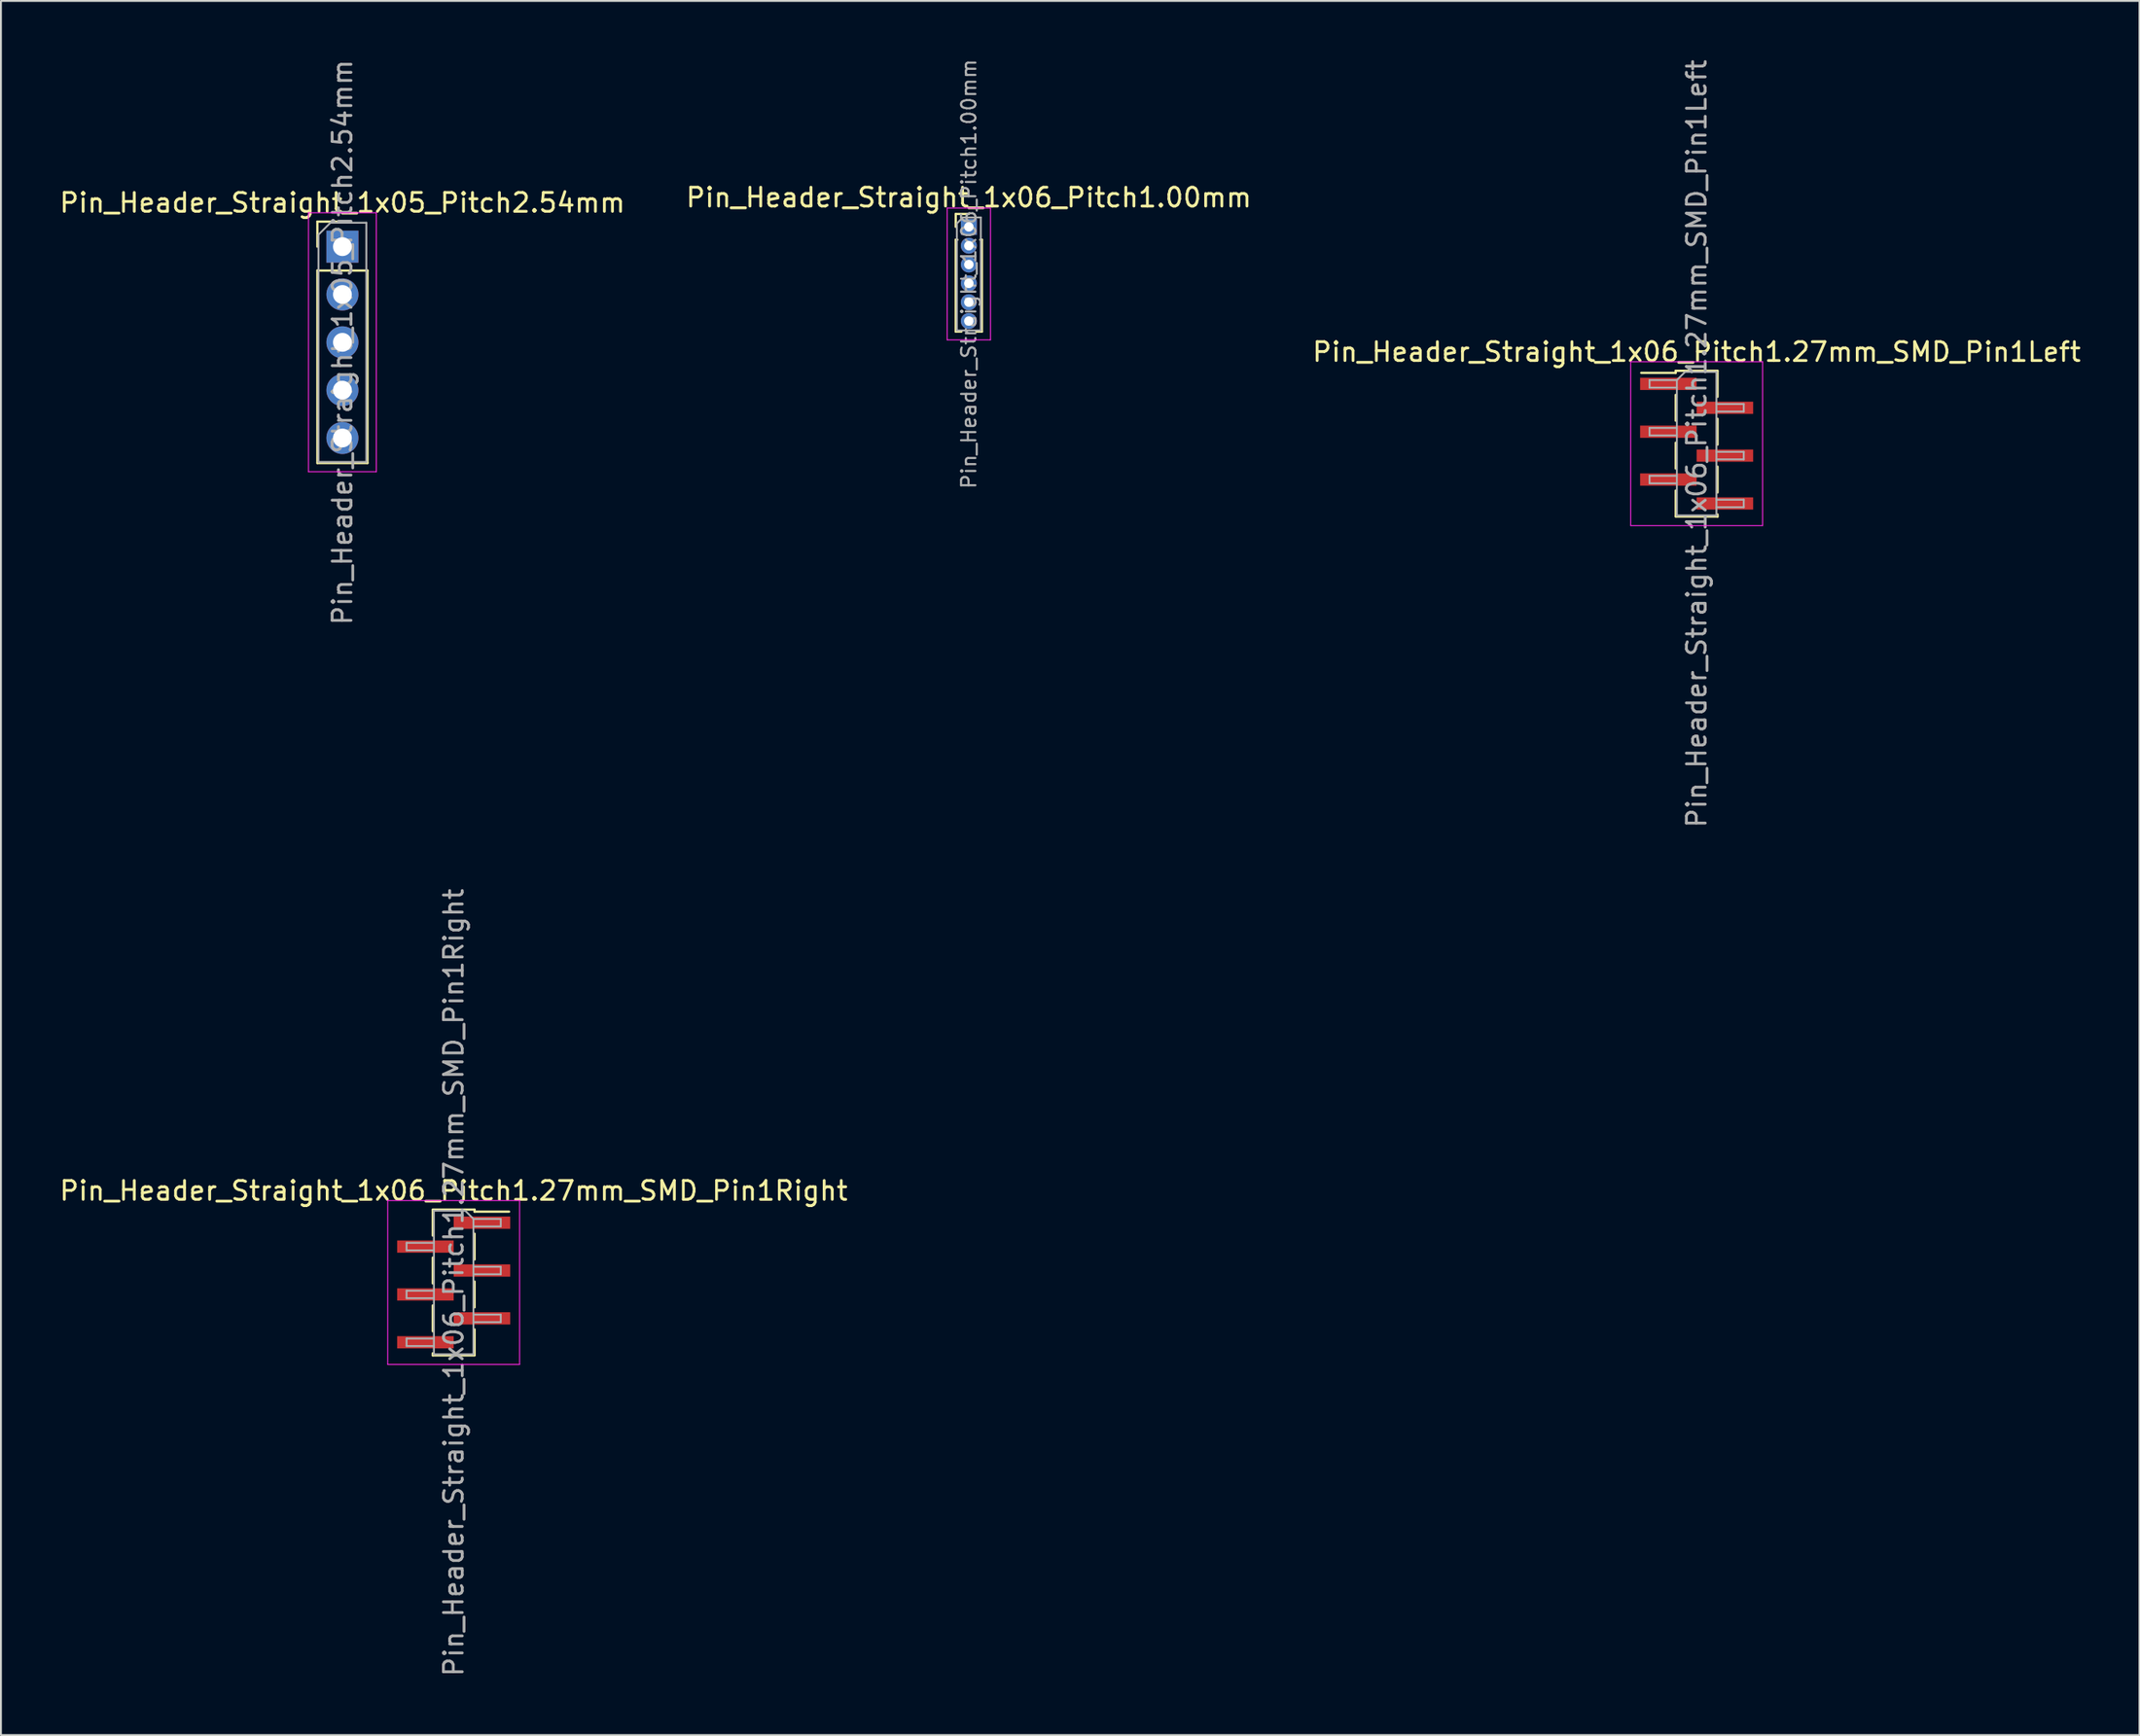
<source format=kicad_pcb>
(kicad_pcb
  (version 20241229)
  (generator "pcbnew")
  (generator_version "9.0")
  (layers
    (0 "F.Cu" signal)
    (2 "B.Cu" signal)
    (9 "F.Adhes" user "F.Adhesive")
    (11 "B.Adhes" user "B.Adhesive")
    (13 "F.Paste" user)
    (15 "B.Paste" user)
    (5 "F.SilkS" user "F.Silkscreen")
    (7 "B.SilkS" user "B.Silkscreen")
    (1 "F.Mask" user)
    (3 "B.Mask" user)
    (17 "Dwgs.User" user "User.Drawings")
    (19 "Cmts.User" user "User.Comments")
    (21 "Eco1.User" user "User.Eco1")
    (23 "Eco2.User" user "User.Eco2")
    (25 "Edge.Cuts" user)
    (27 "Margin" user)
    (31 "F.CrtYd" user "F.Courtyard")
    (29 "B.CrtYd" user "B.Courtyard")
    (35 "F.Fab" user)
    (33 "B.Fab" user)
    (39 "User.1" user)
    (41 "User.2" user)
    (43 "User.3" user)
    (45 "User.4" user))
  (footprint "Pin_Header_Straight_1x06_Pitch1.00mm"
    (layer "F.Cu")
    (at 48.375 8.995)
    (property "Reference" "Pin_Header_Straight_1x06_Pitch1.00mm" (at 0 -1.56 0) (layer "F.SilkS") (effects (font (size 1 1) (thickness 0.15))))
    (attr through_hole)
    (fp_line (start -0.695 -0.685) (end 0 -0.685) (stroke (width 0.12) (type solid)) (layer "F.SilkS"))
    (fp_line (start -0.695 0) (end -0.695 -0.685) (stroke (width 0.12) (type solid)) (layer "F.SilkS"))
    (fp_line (start -0.695 0.685) (end -0.695 5.56) (stroke (width 0.12) (type solid)) (layer "F.SilkS"))
    (fp_line (start -0.695 0.685) (end -0.608 0.685) (stroke (width 0.12) (type solid)) (layer "F.SilkS"))
    (fp_line (start -0.695 5.56) (end -0.394 5.56) (stroke (width 0.12) (type solid)) (layer "F.SilkS"))
    (fp_line (start 0.394 5.56) (end 0.695 5.56) (stroke (width 0.12) (type solid)) (layer "F.SilkS"))
    (fp_line (start 0.608 0.685) (end 0.695 0.685) (stroke (width 0.12) (type solid)) (layer "F.SilkS"))
    (fp_line (start 0.695 0.685) (end 0.695 5.56) (stroke (width 0.12) (type solid)) (layer "F.SilkS"))
    (fp_line (start -1.15 -1) (end -1.15 6) (stroke (width 0.05) (type solid)) (layer "F.CrtYd"))
    (fp_line (start -1.15 6) (end 1.15 6) (stroke (width 0.05) (type solid)) (layer "F.CrtYd"))
    (fp_line (start 1.15 -1) (end -1.15 -1) (stroke (width 0.05) (type solid)) (layer "F.CrtYd"))
    (fp_line (start 1.15 6) (end 1.15 -1) (stroke (width 0.05) (type solid)) (layer "F.CrtYd"))
    (fp_line (start -0.635 -0.182) (end -0.318 -0.5) (stroke (width 0.1) (type solid)) (layer "F.Fab"))
    (fp_line (start -0.635 5.5) (end -0.635 -0.182) (stroke (width 0.1) (type solid)) (layer "F.Fab"))
    (fp_line (start -0.318 -0.5) (end 0.635 -0.5) (stroke (width 0.1) (type solid)) (layer "F.Fab"))
    (fp_line (start 0.635 -0.5) (end 0.635 5.5) (stroke (width 0.1) (type solid)) (layer "F.Fab"))
    (fp_line (start 0.635 5.5) (end -0.635 5.5) (stroke (width 0.1) (type solid)) (layer "F.Fab"))
    (fp_text user "${REFERENCE}" (at 0 2.5 90) (layer "F.Fab") (effects (font (size 0.76 0.76) (thickness 0.114))))
    (pad "1" thru_hole rect (at 0 0) (size 0.85 0.85) (drill 0.5) (layers "*.Cu" "*.Mask"))
    (pad "2" thru_hole oval (at 0 1) (size 0.85 0.85) (drill 0.5) (layers "*.Cu" "*.Mask"))
    (pad "3" thru_hole oval (at 0 2) (size 0.85 0.85) (drill 0.5) (layers "*.Cu" "*.Mask"))
    (pad "4" thru_hole oval (at 0 3) (size 0.85 0.85) (drill 0.5) (layers "*.Cu" "*.Mask"))
    (pad "5" thru_hole oval (at 0 4) (size 0.85 0.85) (drill 0.5) (layers "*.Cu" "*.Mask"))
    (pad "6" thru_hole oval (at 0 5) (size 0.85 0.85) (drill 0.5) (layers "*.Cu" "*.Mask")))
  (footprint "Pin_Header_Straight_1x05_Pitch2.54mm"
    (layer "F.Cu")
    (at 15.125 10.045)
    (property "Reference" "Pin_Header_Straight_1x05_Pitch2.54mm" (at 0 -2.33 0) (layer "F.SilkS") (effects (font (size 1 1) (thickness 0.15))))
    (attr through_hole)
    (fp_line (start -1.33 -1.33) (end 0 -1.33) (stroke (width 0.12) (type solid)) (layer "F.SilkS"))
    (fp_line (start -1.33 0) (end -1.33 -1.33) (stroke (width 0.12) (type solid)) (layer "F.SilkS"))
    (fp_line (start -1.33 1.27) (end -1.33 11.49) (stroke (width 0.12) (type solid)) (layer "F.SilkS"))
    (fp_line (start -1.33 1.27) (end 1.33 1.27) (stroke (width 0.12) (type solid)) (layer "F.SilkS"))
    (fp_line (start -1.33 11.49) (end 1.33 11.49) (stroke (width 0.12) (type solid)) (layer "F.SilkS"))
    (fp_line (start 1.33 1.27) (end 1.33 11.49) (stroke (width 0.12) (type solid)) (layer "F.SilkS"))
    (fp_line (start -1.8 -1.8) (end -1.8 11.95) (stroke (width 0.05) (type solid)) (layer "F.CrtYd"))
    (fp_line (start -1.8 11.95) (end 1.8 11.95) (stroke (width 0.05) (type solid)) (layer "F.CrtYd"))
    (fp_line (start 1.8 -1.8) (end -1.8 -1.8) (stroke (width 0.05) (type solid)) (layer "F.CrtYd"))
    (fp_line (start 1.8 11.95) (end 1.8 -1.8) (stroke (width 0.05) (type solid)) (layer "F.CrtYd"))
    (fp_line (start -1.27 -0.635) (end -0.635 -1.27) (stroke (width 0.1) (type solid)) (layer "F.Fab"))
    (fp_line (start -1.27 11.43) (end -1.27 -0.635) (stroke (width 0.1) (type solid)) (layer "F.Fab"))
    (fp_line (start -0.635 -1.27) (end 1.27 -1.27) (stroke (width 0.1) (type solid)) (layer "F.Fab"))
    (fp_line (start 1.27 -1.27) (end 1.27 11.43) (stroke (width 0.1) (type solid)) (layer "F.Fab"))
    (fp_line (start 1.27 11.43) (end -1.27 11.43) (stroke (width 0.1) (type solid)) (layer "F.Fab"))
    (fp_text user "${REFERENCE}" (at 0 5.08 90) (layer "F.Fab") (effects (font (size 1 1) (thickness 0.15))))
    (pad "1" thru_hole rect (at 0 0) (size 1.7 1.7) (drill 1) (layers "*.Cu" "*.Mask"))
    (pad "2" thru_hole oval (at 0 2.54) (size 1.7 1.7) (drill 1) (layers "*.Cu" "*.Mask"))
    (pad "3" thru_hole oval (at 0 5.08) (size 1.7 1.7) (drill 1) (layers "*.Cu" "*.Mask"))
    (pad "4" thru_hole oval (at 0 7.62) (size 1.7 1.7) (drill 1) (layers "*.Cu" "*.Mask"))
    (pad "5" thru_hole oval (at 0 10.16) (size 1.7 1.7) (drill 1) (layers "*.Cu" "*.Mask")))
  (footprint "Pin_Header_Straight_1x06_Pitch1.27mm_SMD_Pin1Right"
    (layer "F.Cu")
    (at 21.03 65.042)
    (property "Reference" "Pin_Header_Straight_1x06_Pitch1.27mm_SMD_Pin1Right" (at 0 -4.87 0) (layer "F.SilkS") (effects (font (size 1 1) (thickness 0.15))))
    (attr smd)
    (fp_line (start -1.11 -3.87) (end 1.11 -3.87) (stroke (width 0.12) (type solid)) (layer "F.SilkS"))
    (fp_line (start -1.11 -3.86) (end -1.11 -2.49) (stroke (width 0.12) (type solid)) (layer "F.SilkS"))
    (fp_line (start -1.11 -1.32) (end -1.11 0.05) (stroke (width 0.12) (type solid)) (layer "F.SilkS"))
    (fp_line (start -1.11 1.22) (end -1.11 2.59) (stroke (width 0.12) (type solid)) (layer "F.SilkS"))
    (fp_line (start -1.11 3.76) (end -1.11 3.87) (stroke (width 0.12) (type solid)) (layer "F.SilkS"))
    (fp_line (start -1.11 3.87) (end 1.11 3.87) (stroke (width 0.12) (type solid)) (layer "F.SilkS"))
    (fp_line (start 1.11 -3.87) (end 1.11 -3.76) (stroke (width 0.12) (type solid)) (layer "F.SilkS"))
    (fp_line (start 1.11 -3.76) (end 2.94 -3.76) (stroke (width 0.12) (type solid)) (layer "F.SilkS"))
    (fp_line (start 1.11 -2.59) (end 1.11 -1.22) (stroke (width 0.12) (type solid)) (layer "F.SilkS"))
    (fp_line (start 1.11 -0.05) (end 1.11 1.32) (stroke (width 0.12) (type solid)) (layer "F.SilkS"))
    (fp_line (start 1.11 2.49) (end 1.11 3.86) (stroke (width 0.12) (type solid)) (layer "F.SilkS"))
    (fp_line (start -3.5 -4.35) (end -3.5 4.35) (stroke (width 0.05) (type solid)) (layer "F.CrtYd"))
    (fp_line (start -3.5 4.35) (end 3.5 4.35) (stroke (width 0.05) (type solid)) (layer "F.CrtYd"))
    (fp_line (start 3.5 -4.35) (end -3.5 -4.35) (stroke (width 0.05) (type solid)) (layer "F.CrtYd"))
    (fp_line (start 3.5 4.35) (end 3.5 -4.35) (stroke (width 0.05) (type solid)) (layer "F.CrtYd"))
    (fp_line (start -2.5 -2.105) (end -2.5 -1.705) (stroke (width 0.1) (type solid)) (layer "F.Fab"))
    (fp_line (start -2.5 -1.705) (end -1.05 -1.705) (stroke (width 0.1) (type solid)) (layer "F.Fab"))
    (fp_line (start -2.5 0.435) (end -2.5 0.835) (stroke (width 0.1) (type solid)) (layer "F.Fab"))
    (fp_line (start -2.5 0.835) (end -1.05 0.835) (stroke (width 0.1) (type solid)) (layer "F.Fab"))
    (fp_line (start -2.5 2.975) (end -2.5 3.375) (stroke (width 0.1) (type solid)) (layer "F.Fab"))
    (fp_line (start -2.5 3.375) (end -1.05 3.375) (stroke (width 0.1) (type solid)) (layer "F.Fab"))
    (fp_line (start -1.05 -3.81) (end -1.05 3.81) (stroke (width 0.1) (type solid)) (layer "F.Fab"))
    (fp_line (start -1.05 -3.81) (end 0.615 -3.81) (stroke (width 0.1) (type solid)) (layer "F.Fab"))
    (fp_line (start -1.05 -2.105) (end -2.5 -2.105) (stroke (width 0.1) (type solid)) (layer "F.Fab"))
    (fp_line (start -1.05 0.435) (end -2.5 0.435) (stroke (width 0.1) (type solid)) (layer "F.Fab"))
    (fp_line (start -1.05 2.975) (end -2.5 2.975) (stroke (width 0.1) (type solid)) (layer "F.Fab"))
    (fp_line (start 1.05 -3.375) (end 0.615 -3.81) (stroke (width 0.1) (type solid)) (layer "F.Fab"))
    (fp_line (start 1.05 -3.375) (end 2.5 -3.375) (stroke (width 0.1) (type solid)) (layer "F.Fab"))
    (fp_line (start 1.05 -0.835) (end 2.5 -0.835) (stroke (width 0.1) (type solid)) (layer "F.Fab"))
    (fp_line (start 1.05 1.705) (end 2.5 1.705) (stroke (width 0.1) (type solid)) (layer "F.Fab"))
    (fp_line (start 1.05 3.81) (end -1.05 3.81) (stroke (width 0.1) (type solid)) (layer "F.Fab"))
    (fp_line (start 1.05 3.81) (end 1.05 -3.375) (stroke (width 0.1) (type solid)) (layer "F.Fab"))
    (fp_line (start 2.5 -3.375) (end 2.5 -2.975) (stroke (width 0.1) (type solid)) (layer "F.Fab"))
    (fp_line (start 2.5 -2.975) (end 1.05 -2.975) (stroke (width 0.1) (type solid)) (layer "F.Fab"))
    (fp_line (start 2.5 -0.835) (end 2.5 -0.435) (stroke (width 0.1) (type solid)) (layer "F.Fab"))
    (fp_line (start 2.5 -0.435) (end 1.05 -0.435) (stroke (width 0.1) (type solid)) (layer "F.Fab"))
    (fp_line (start 2.5 1.705) (end 2.5 2.105) (stroke (width 0.1) (type solid)) (layer "F.Fab"))
    (fp_line (start 2.5 2.105) (end 1.05 2.105) (stroke (width 0.1) (type solid)) (layer "F.Fab"))
    (fp_text user "${REFERENCE}" (at 0 0 90) (layer "F.Fab") (effects (font (size 1 1) (thickness 0.15))))
    (pad "1" smd rect (at 1.5 -3.175) (size 3 0.65) (layers "F.Cu" "F.Mask" "F.Paste"))
    (pad "2" smd rect (at -1.5 -1.905) (size 3 0.65) (layers "F.Cu" "F.Mask" "F.Paste"))
    (pad "3" smd rect (at 1.5 -0.635) (size 3 0.65) (layers "F.Cu" "F.Mask" "F.Paste"))
    (pad "4" smd rect (at -1.5 0.635) (size 3 0.65) (layers "F.Cu" "F.Mask" "F.Paste"))
    (pad "5" smd rect (at 1.5 1.905) (size 3 0.65) (layers "F.Cu" "F.Mask" "F.Paste"))
    (pad "6" smd rect (at -1.5 3.175) (size 3 0.65) (layers "F.Cu" "F.Mask" "F.Paste")))
  (footprint "Pin_Header_Straight_1x06_Pitch1.27mm_SMD_Pin1Left"
    (layer "F.Cu")
    (at 87.006 20.506)
    (property "Reference" "Pin_Header_Straight_1x06_Pitch1.27mm_SMD_Pin1Left" (at 0 -4.87 0) (layer "F.SilkS") (effects (font (size 1 1) (thickness 0.15))))
    (attr smd)
    (fp_line (start -1.11 -3.87) (end -1.11 -3.76) (stroke (width 0.12) (type solid)) (layer "F.SilkS"))
    (fp_line (start -1.11 -3.87) (end 1.11 -3.87) (stroke (width 0.12) (type solid)) (layer "F.SilkS"))
    (fp_line (start -1.11 -3.76) (end -2.94 -3.76) (stroke (width 0.12) (type solid)) (layer "F.SilkS"))
    (fp_line (start -1.11 -2.59) (end -1.11 -1.22) (stroke (width 0.12) (type solid)) (layer "F.SilkS"))
    (fp_line (start -1.11 -0.05) (end -1.11 1.32) (stroke (width 0.12) (type solid)) (layer "F.SilkS"))
    (fp_line (start -1.11 2.49) (end -1.11 3.86) (stroke (width 0.12) (type solid)) (layer "F.SilkS"))
    (fp_line (start -1.11 3.87) (end 1.11 3.87) (stroke (width 0.12) (type solid)) (layer "F.SilkS"))
    (fp_line (start 1.11 -3.86) (end 1.11 -2.49) (stroke (width 0.12) (type solid)) (layer "F.SilkS"))
    (fp_line (start 1.11 -1.32) (end 1.11 0.05) (stroke (width 0.12) (type solid)) (layer "F.SilkS"))
    (fp_line (start 1.11 1.22) (end 1.11 2.59) (stroke (width 0.12) (type solid)) (layer "F.SilkS"))
    (fp_line (start 1.11 3.76) (end 1.11 3.87) (stroke (width 0.12) (type solid)) (layer "F.SilkS"))
    (fp_line (start -3.5 -4.35) (end -3.5 4.35) (stroke (width 0.05) (type solid)) (layer "F.CrtYd"))
    (fp_line (start -3.5 4.35) (end 3.5 4.35) (stroke (width 0.05) (type solid)) (layer "F.CrtYd"))
    (fp_line (start 3.5 -4.35) (end -3.5 -4.35) (stroke (width 0.05) (type solid)) (layer "F.CrtYd"))
    (fp_line (start 3.5 4.35) (end 3.5 -4.35) (stroke (width 0.05) (type solid)) (layer "F.CrtYd"))
    (fp_line (start -2.5 -3.375) (end -2.5 -2.975) (stroke (width 0.1) (type solid)) (layer "F.Fab"))
    (fp_line (start -2.5 -2.975) (end -1.05 -2.975) (stroke (width 0.1) (type solid)) (layer "F.Fab"))
    (fp_line (start -2.5 -0.835) (end -2.5 -0.435) (stroke (width 0.1) (type solid)) (layer "F.Fab"))
    (fp_line (start -2.5 -0.435) (end -1.05 -0.435) (stroke (width 0.1) (type solid)) (layer "F.Fab"))
    (fp_line (start -2.5 1.705) (end -2.5 2.105) (stroke (width 0.1) (type solid)) (layer "F.Fab"))
    (fp_line (start -2.5 2.105) (end -1.05 2.105) (stroke (width 0.1) (type solid)) (layer "F.Fab"))
    (fp_line (start -1.05 -3.375) (end -2.5 -3.375) (stroke (width 0.1) (type solid)) (layer "F.Fab"))
    (fp_line (start -1.05 -3.375) (end -0.615 -3.81) (stroke (width 0.1) (type solid)) (layer "F.Fab"))
    (fp_line (start -1.05 -0.835) (end -2.5 -0.835) (stroke (width 0.1) (type solid)) (layer "F.Fab"))
    (fp_line (start -1.05 1.705) (end -2.5 1.705) (stroke (width 0.1) (type solid)) (layer "F.Fab"))
    (fp_line (start -1.05 3.81) (end -1.05 -3.375) (stroke (width 0.1) (type solid)) (layer "F.Fab"))
    (fp_line (start -0.615 -3.81) (end 1.05 -3.81) (stroke (width 0.1) (type solid)) (layer "F.Fab"))
    (fp_line (start 1.05 -3.81) (end 1.05 3.81) (stroke (width 0.1) (type solid)) (layer "F.Fab"))
    (fp_line (start 1.05 -2.105) (end 2.5 -2.105) (stroke (width 0.1) (type solid)) (layer "F.Fab"))
    (fp_line (start 1.05 0.435) (end 2.5 0.435) (stroke (width 0.1) (type solid)) (layer "F.Fab"))
    (fp_line (start 1.05 2.975) (end 2.5 2.975) (stroke (width 0.1) (type solid)) (layer "F.Fab"))
    (fp_line (start 1.05 3.81) (end -1.05 3.81) (stroke (width 0.1) (type solid)) (layer "F.Fab"))
    (fp_line (start 2.5 -2.105) (end 2.5 -1.705) (stroke (width 0.1) (type solid)) (layer "F.Fab"))
    (fp_line (start 2.5 -1.705) (end 1.05 -1.705) (stroke (width 0.1) (type solid)) (layer "F.Fab"))
    (fp_line (start 2.5 0.435) (end 2.5 0.835) (stroke (width 0.1) (type solid)) (layer "F.Fab"))
    (fp_line (start 2.5 0.835) (end 1.05 0.835) (stroke (width 0.1) (type solid)) (layer "F.Fab"))
    (fp_line (start 2.5 2.975) (end 2.5 3.375) (stroke (width 0.1) (type solid)) (layer "F.Fab"))
    (fp_line (start 2.5 3.375) (end 1.05 3.375) (stroke (width 0.1) (type solid)) (layer "F.Fab"))
    (fp_text user "${REFERENCE}" (at 0 0 90) (layer "F.Fab") (effects (font (size 1 1) (thickness 0.15))))
    (pad "1" smd rect (at -1.5 -3.175) (size 3 0.65) (layers "F.Cu" "F.Mask" "F.Paste"))
    (pad "2" smd rect (at 1.5 -1.905) (size 3 0.65) (layers "F.Cu" "F.Mask" "F.Paste"))
    (pad "3" smd rect (at -1.5 -0.635) (size 3 0.65) (layers "F.Cu" "F.Mask" "F.Paste"))
    (pad "4" smd rect (at 1.5 0.635) (size 3 0.65) (layers "F.Cu" "F.Mask" "F.Paste"))
    (pad "5" smd rect (at -1.5 1.905) (size 3 0.65) (layers "F.Cu" "F.Mask" "F.Paste"))
    (pad "6" smd rect (at 1.5 3.175) (size 3 0.65) (layers "F.Cu" "F.Mask" "F.Paste")))
  (gr_rect
    (start -3 -3)
    (end 110.512 89.071)
    (stroke (width 0.1) (type default))
    (fill no)
    (layer "Edge.Cuts")))
</source>
